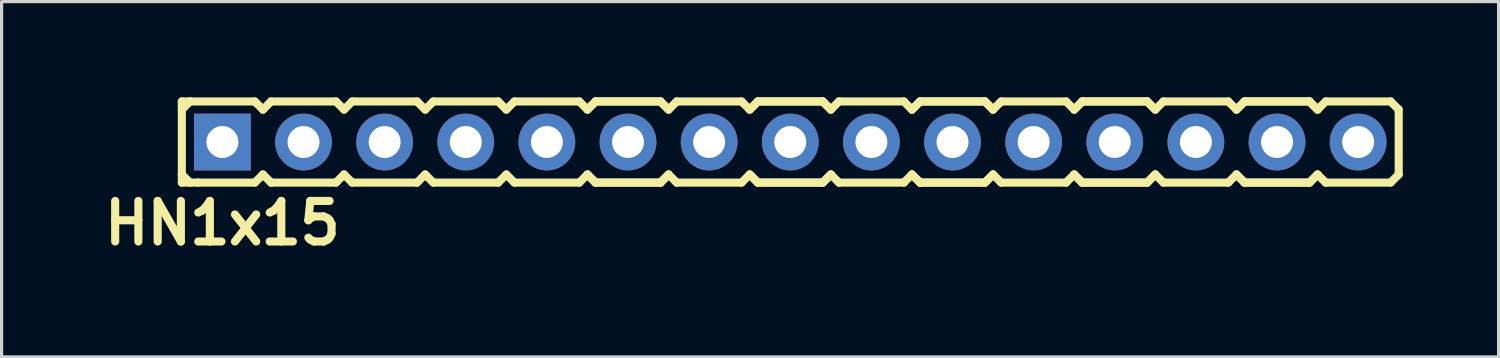
<source format=kicad_pcb>
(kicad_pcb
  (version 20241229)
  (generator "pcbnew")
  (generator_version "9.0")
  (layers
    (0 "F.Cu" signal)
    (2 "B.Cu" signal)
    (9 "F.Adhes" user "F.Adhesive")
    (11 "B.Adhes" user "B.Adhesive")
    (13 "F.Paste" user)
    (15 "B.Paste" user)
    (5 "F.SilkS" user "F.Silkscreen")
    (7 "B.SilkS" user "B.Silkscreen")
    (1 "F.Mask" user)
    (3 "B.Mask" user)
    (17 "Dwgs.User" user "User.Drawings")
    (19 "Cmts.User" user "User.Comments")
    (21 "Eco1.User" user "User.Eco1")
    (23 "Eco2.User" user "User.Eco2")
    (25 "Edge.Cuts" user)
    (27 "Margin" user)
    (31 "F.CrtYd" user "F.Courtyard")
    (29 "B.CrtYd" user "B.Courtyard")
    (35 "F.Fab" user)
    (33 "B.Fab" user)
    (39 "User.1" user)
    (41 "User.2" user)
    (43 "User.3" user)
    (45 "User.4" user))
  (footprint "HN1x15"
    (layer "F.Cu")
    (at 21.693 1.397)
    (property "Reference" "HN1x15" (at -17.78 2.54 0) (layer "F.SilkS") (effects (font (size 1.27 1.27) (thickness 0.254))))
    (attr through_hole)
    (fp_line (start -19.05 -1.27) (end -19.05 1.27) (stroke (width 0.254) (type solid)) (layer "F.SilkS"))
    (fp_line (start -19.05 -1.27) (end -18.796 -1.27) (stroke (width 0.254) (type solid)) (layer "F.SilkS"))
    (fp_line (start -19.05 -1.016) (end -18.796 -1.27) (stroke (width 0.254) (type solid)) (layer "F.SilkS"))
    (fp_line (start -18.796 -1.27) (end -16.764 -1.27) (stroke (width 0.254) (type solid)) (layer "F.SilkS"))
    (fp_line (start -18.796 1.27) (end -19.05 1.016) (stroke (width 0.254) (type solid)) (layer "F.SilkS"))
    (fp_line (start -18.542 1.27) (end -19.05 1.27) (stroke (width 0.254) (type solid)) (layer "F.SilkS"))
    (fp_line (start -16.764 -1.27) (end -16.51 -1.016) (stroke (width 0.254) (type solid)) (layer "F.SilkS"))
    (fp_line (start -16.764 1.27) (end -18.542 1.27) (stroke (width 0.254) (type solid)) (layer "F.SilkS"))
    (fp_line (start -16.51 -1.016) (end -16.256 -1.27) (stroke (width 0.254) (type solid)) (layer "F.SilkS"))
    (fp_line (start -16.51 1.016) (end -16.764 1.27) (stroke (width 0.254) (type solid)) (layer "F.SilkS"))
    (fp_line (start -16.256 -1.27) (end -14.224 -1.27) (stroke (width 0.254) (type solid)) (layer "F.SilkS"))
    (fp_line (start -16.256 1.27) (end -16.51 1.016) (stroke (width 0.254) (type solid)) (layer "F.SilkS"))
    (fp_line (start -14.224 -1.27) (end -13.97 -1.016) (stroke (width 0.254) (type solid)) (layer "F.SilkS"))
    (fp_line (start -14.224 1.27) (end -16.256 1.27) (stroke (width 0.254) (type solid)) (layer "F.SilkS"))
    (fp_line (start -14.224 1.27) (end -13.97 1.016) (stroke (width 0.254) (type solid)) (layer "F.SilkS"))
    (fp_line (start -13.97 -1.016) (end -13.716 -1.27) (stroke (width 0.254) (type solid)) (layer "F.SilkS"))
    (fp_line (start -13.97 1.016) (end -13.716 1.27) (stroke (width 0.254) (type solid)) (layer "F.SilkS"))
    (fp_line (start -13.716 -1.27) (end -11.684 -1.27) (stroke (width 0.254) (type solid)) (layer "F.SilkS"))
    (fp_line (start -11.684 -1.27) (end -11.43 -1.016) (stroke (width 0.254) (type solid)) (layer "F.SilkS"))
    (fp_line (start -11.684 1.27) (end -13.716 1.27) (stroke (width 0.254) (type solid)) (layer "F.SilkS"))
    (fp_line (start -11.43 -1.016) (end -11.176 -1.27) (stroke (width 0.254) (type solid)) (layer "F.SilkS"))
    (fp_line (start -11.43 1.016) (end -11.684 1.27) (stroke (width 0.254) (type solid)) (layer "F.SilkS"))
    (fp_line (start -11.176 -1.27) (end -9.144 -1.27) (stroke (width 0.254) (type solid)) (layer "F.SilkS"))
    (fp_line (start -11.176 1.27) (end -11.43 1.016) (stroke (width 0.254) (type solid)) (layer "F.SilkS"))
    (fp_line (start -9.144 -1.27) (end -8.89 -1.016) (stroke (width 0.254) (type solid)) (layer "F.SilkS"))
    (fp_line (start -9.144 1.27) (end -11.176 1.27) (stroke (width 0.254) (type solid)) (layer "F.SilkS"))
    (fp_line (start -8.89 -1.016) (end -8.636 -1.27) (stroke (width 0.254) (type solid)) (layer "F.SilkS"))
    (fp_line (start -8.89 1.016) (end -9.144 1.27) (stroke (width 0.254) (type solid)) (layer "F.SilkS"))
    (fp_line (start -8.636 -1.27) (end -6.604 -1.27) (stroke (width 0.254) (type solid)) (layer "F.SilkS"))
    (fp_line (start -8.636 1.27) (end -8.89 1.016) (stroke (width 0.254) (type solid)) (layer "F.SilkS"))
    (fp_line (start -6.604 -1.27) (end -6.35 -1.016) (stroke (width 0.254) (type solid)) (layer "F.SilkS"))
    (fp_line (start -6.604 1.27) (end -8.636 1.27) (stroke (width 0.254) (type solid)) (layer "F.SilkS"))
    (fp_line (start -6.35 -1.016) (end -6.096 -1.27) (stroke (width 0.254) (type solid)) (layer "F.SilkS"))
    (fp_line (start -6.35 -1.016) (end -6.096 -1.27) (stroke (width 0.254) (type solid)) (layer "F.SilkS"))
    (fp_line (start -6.35 1.016) (end -6.604 1.27) (stroke (width 0.254) (type solid)) (layer "F.SilkS"))
    (fp_line (start -6.096 -1.27) (end -4.064 -1.27) (stroke (width 0.254) (type solid)) (layer "F.SilkS"))
    (fp_line (start -6.096 -1.27) (end -4.064 -1.27) (stroke (width 0.254) (type solid)) (layer "F.SilkS"))
    (fp_line (start -6.096 1.27) (end -6.35 1.016) (stroke (width 0.254) (type solid)) (layer "F.SilkS"))
    (fp_line (start -6.096 1.27) (end -6.35 1.016) (stroke (width 0.254) (type solid)) (layer "F.SilkS"))
    (fp_line (start -4.064 -1.27) (end -3.81 -1.016) (stroke (width 0.254) (type solid)) (layer "F.SilkS"))
    (fp_line (start -4.064 -1.27) (end -3.81 -1.016) (stroke (width 0.254) (type solid)) (layer "F.SilkS"))
    (fp_line (start -4.064 1.27) (end -6.096 1.27) (stroke (width 0.254) (type solid)) (layer "F.SilkS"))
    (fp_line (start -4.064 1.27) (end -6.096 1.27) (stroke (width 0.254) (type solid)) (layer "F.SilkS"))
    (fp_line (start -3.81 -1.016) (end -3.556 -1.27) (stroke (width 0.254) (type solid)) (layer "F.SilkS"))
    (fp_line (start -3.81 1.016) (end -4.064 1.27) (stroke (width 0.254) (type solid)) (layer "F.SilkS"))
    (fp_line (start -3.81 1.016) (end -4.064 1.27) (stroke (width 0.254) (type solid)) (layer "F.SilkS"))
    (fp_line (start -3.556 -1.27) (end -1.524 -1.27) (stroke (width 0.254) (type solid)) (layer "F.SilkS"))
    (fp_line (start -3.556 1.27) (end -3.81 1.016) (stroke (width 0.254) (type solid)) (layer "F.SilkS"))
    (fp_line (start -1.524 -1.27) (end -1.27 -1.016) (stroke (width 0.254) (type solid)) (layer "F.SilkS"))
    (fp_line (start -1.524 1.27) (end -3.556 1.27) (stroke (width 0.254) (type solid)) (layer "F.SilkS"))
    (fp_line (start -1.27 -1.016) (end -1.016 -1.27) (stroke (width 0.254) (type solid)) (layer "F.SilkS"))
    (fp_line (start -1.27 -1.016) (end -1.016 -1.27) (stroke (width 0.254) (type solid)) (layer "F.SilkS"))
    (fp_line (start -1.27 1.016) (end -1.524 1.27) (stroke (width 0.254) (type solid)) (layer "F.SilkS"))
    (fp_line (start -1.016 -1.27) (end 1.016 -1.27) (stroke (width 0.254) (type solid)) (layer "F.SilkS"))
    (fp_line (start -1.016 -1.27) (end 1.016 -1.27) (stroke (width 0.254) (type solid)) (layer "F.SilkS"))
    (fp_line (start -1.016 1.27) (end -1.27 1.016) (stroke (width 0.254) (type solid)) (layer "F.SilkS"))
    (fp_line (start -1.016 1.27) (end -1.27 1.016) (stroke (width 0.254) (type solid)) (layer "F.SilkS"))
    (fp_line (start 1.016 -1.27) (end 1.27 -1.016) (stroke (width 0.254) (type solid)) (layer "F.SilkS"))
    (fp_line (start 1.016 -1.27) (end 1.27 -1.016) (stroke (width 0.254) (type solid)) (layer "F.SilkS"))
    (fp_line (start 1.016 1.27) (end -1.016 1.27) (stroke (width 0.254) (type solid)) (layer "F.SilkS"))
    (fp_line (start 1.016 1.27) (end -1.016 1.27) (stroke (width 0.254) (type solid)) (layer "F.SilkS"))
    (fp_line (start 1.27 -1.016) (end 1.524 -1.27) (stroke (width 0.254) (type solid)) (layer "F.SilkS"))
    (fp_line (start 1.27 1.016) (end 1.016 1.27) (stroke (width 0.254) (type solid)) (layer "F.SilkS"))
    (fp_line (start 1.27 1.016) (end 1.016 1.27) (stroke (width 0.254) (type solid)) (layer "F.SilkS"))
    (fp_line (start 1.524 -1.27) (end 3.556 -1.27) (stroke (width 0.254) (type solid)) (layer "F.SilkS"))
    (fp_line (start 1.524 1.27) (end 1.27 1.016) (stroke (width 0.254) (type solid)) (layer "F.SilkS"))
    (fp_line (start 3.556 -1.27) (end 3.81 -1.016) (stroke (width 0.254) (type solid)) (layer "F.SilkS"))
    (fp_line (start 3.556 1.27) (end 1.524 1.27) (stroke (width 0.254) (type solid)) (layer "F.SilkS"))
    (fp_line (start 3.81 -1.016) (end 4.064 -1.27) (stroke (width 0.254) (type solid)) (layer "F.SilkS"))
    (fp_line (start 3.81 -1.016) (end 4.064 -1.27) (stroke (width 0.254) (type solid)) (layer "F.SilkS"))
    (fp_line (start 3.81 1.016) (end 3.556 1.27) (stroke (width 0.254) (type solid)) (layer "F.SilkS"))
    (fp_line (start 4.064 -1.27) (end 6.096 -1.27) (stroke (width 0.254) (type solid)) (layer "F.SilkS"))
    (fp_line (start 4.064 -1.27) (end 6.096 -1.27) (stroke (width 0.254) (type solid)) (layer "F.SilkS"))
    (fp_line (start 4.064 1.27) (end 3.81 1.016) (stroke (width 0.254) (type solid)) (layer "F.SilkS"))
    (fp_line (start 4.064 1.27) (end 3.81 1.016) (stroke (width 0.254) (type solid)) (layer "F.SilkS"))
    (fp_line (start 6.096 -1.27) (end 6.35 -1.016) (stroke (width 0.254) (type solid)) (layer "F.SilkS"))
    (fp_line (start 6.096 -1.27) (end 6.35 -1.016) (stroke (width 0.254) (type solid)) (layer "F.SilkS"))
    (fp_line (start 6.096 1.27) (end 4.064 1.27) (stroke (width 0.254) (type solid)) (layer "F.SilkS"))
    (fp_line (start 6.096 1.27) (end 4.064 1.27) (stroke (width 0.254) (type solid)) (layer "F.SilkS"))
    (fp_line (start 6.35 -1.016) (end 6.604 -1.27) (stroke (width 0.254) (type solid)) (layer "F.SilkS"))
    (fp_line (start 6.35 1.016) (end 6.096 1.27) (stroke (width 0.254) (type solid)) (layer "F.SilkS"))
    (fp_line (start 6.35 1.016) (end 6.096 1.27) (stroke (width 0.254) (type solid)) (layer "F.SilkS"))
    (fp_line (start 6.604 -1.27) (end 8.636 -1.27) (stroke (width 0.254) (type solid)) (layer "F.SilkS"))
    (fp_line (start 6.604 1.27) (end 6.35 1.016) (stroke (width 0.254) (type solid)) (layer "F.SilkS"))
    (fp_line (start 8.636 -1.27) (end 8.89 -1.016) (stroke (width 0.254) (type solid)) (layer "F.SilkS"))
    (fp_line (start 8.636 1.27) (end 6.604 1.27) (stroke (width 0.254) (type solid)) (layer "F.SilkS"))
    (fp_line (start 8.89 -1.016) (end 9.144 -1.27) (stroke (width 0.254) (type solid)) (layer "F.SilkS"))
    (fp_line (start 8.89 -1.016) (end 9.144 -1.27) (stroke (width 0.254) (type solid)) (layer "F.SilkS"))
    (fp_line (start 8.89 1.016) (end 8.636 1.27) (stroke (width 0.254) (type solid)) (layer "F.SilkS"))
    (fp_line (start 9.144 -1.27) (end 11.176 -1.27) (stroke (width 0.254) (type solid)) (layer "F.SilkS"))
    (fp_line (start 9.144 -1.27) (end 11.176 -1.27) (stroke (width 0.254) (type solid)) (layer "F.SilkS"))
    (fp_line (start 9.144 1.27) (end 8.89 1.016) (stroke (width 0.254) (type solid)) (layer "F.SilkS"))
    (fp_line (start 9.144 1.27) (end 8.89 1.016) (stroke (width 0.254) (type solid)) (layer "F.SilkS"))
    (fp_line (start 11.176 -1.27) (end 11.43 -1.016) (stroke (width 0.254) (type solid)) (layer "F.SilkS"))
    (fp_line (start 11.176 -1.27) (end 11.43 -1.016) (stroke (width 0.254) (type solid)) (layer "F.SilkS"))
    (fp_line (start 11.176 1.27) (end 9.144 1.27) (stroke (width 0.254) (type solid)) (layer "F.SilkS"))
    (fp_line (start 11.176 1.27) (end 9.144 1.27) (stroke (width 0.254) (type solid)) (layer "F.SilkS"))
    (fp_line (start 11.43 -1.016) (end 11.684 -1.27) (stroke (width 0.254) (type solid)) (layer "F.SilkS"))
    (fp_line (start 11.43 1.016) (end 11.176 1.27) (stroke (width 0.254) (type solid)) (layer "F.SilkS"))
    (fp_line (start 11.43 1.016) (end 11.176 1.27) (stroke (width 0.254) (type solid)) (layer "F.SilkS"))
    (fp_line (start 11.684 -1.27) (end 13.716 -1.27) (stroke (width 0.254) (type solid)) (layer "F.SilkS"))
    (fp_line (start 11.684 1.27) (end 11.43 1.016) (stroke (width 0.254) (type solid)) (layer "F.SilkS"))
    (fp_line (start 13.716 -1.27) (end 13.97 -1.016) (stroke (width 0.254) (type solid)) (layer "F.SilkS"))
    (fp_line (start 13.716 1.27) (end 11.684 1.27) (stroke (width 0.254) (type solid)) (layer "F.SilkS"))
    (fp_line (start 13.97 -1.016) (end 14.224 -1.27) (stroke (width 0.254) (type solid)) (layer "F.SilkS"))
    (fp_line (start 13.97 -1.016) (end 14.224 -1.27) (stroke (width 0.254) (type solid)) (layer "F.SilkS"))
    (fp_line (start 13.97 1.016) (end 13.716 1.27) (stroke (width 0.254) (type solid)) (layer "F.SilkS"))
    (fp_line (start 14.224 -1.27) (end 16.256 -1.27) (stroke (width 0.254) (type solid)) (layer "F.SilkS"))
    (fp_line (start 14.224 -1.27) (end 16.256 -1.27) (stroke (width 0.254) (type solid)) (layer "F.SilkS"))
    (fp_line (start 14.224 1.27) (end 13.97 1.016) (stroke (width 0.254) (type solid)) (layer "F.SilkS"))
    (fp_line (start 14.224 1.27) (end 13.97 1.016) (stroke (width 0.254) (type solid)) (layer "F.SilkS"))
    (fp_line (start 16.256 -1.27) (end 16.51 -1.016) (stroke (width 0.254) (type solid)) (layer "F.SilkS"))
    (fp_line (start 16.256 -1.27) (end 16.51 -1.016) (stroke (width 0.254) (type solid)) (layer "F.SilkS"))
    (fp_line (start 16.256 1.27) (end 14.224 1.27) (stroke (width 0.254) (type solid)) (layer "F.SilkS"))
    (fp_line (start 16.256 1.27) (end 14.224 1.27) (stroke (width 0.254) (type solid)) (layer "F.SilkS"))
    (fp_line (start 16.51 -1.016) (end 16.764 -1.27) (stroke (width 0.254) (type solid)) (layer "F.SilkS"))
    (fp_line (start 16.51 1.016) (end 16.256 1.27) (stroke (width 0.254) (type solid)) (layer "F.SilkS"))
    (fp_line (start 16.51 1.016) (end 16.256 1.27) (stroke (width 0.254) (type solid)) (layer "F.SilkS"))
    (fp_line (start 16.764 -1.27) (end 18.796 -1.27) (stroke (width 0.254) (type solid)) (layer "F.SilkS"))
    (fp_line (start 16.764 1.27) (end 16.51 1.016) (stroke (width 0.254) (type solid)) (layer "F.SilkS"))
    (fp_line (start 18.796 -1.27) (end 19.05 -1.016) (stroke (width 0.254) (type solid)) (layer "F.SilkS"))
    (fp_line (start 18.796 1.27) (end 16.764 1.27) (stroke (width 0.254) (type solid)) (layer "F.SilkS"))
    (fp_line (start 19.05 -1.016) (end 19.05 1.016) (stroke (width 0.254) (type solid)) (layer "F.SilkS"))
    (fp_line (start 19.05 1.016) (end 18.796 1.27) (stroke (width 0.254) (type solid)) (layer "F.SilkS"))
    (pad "1" thru_hole rect (at -17.78 0) (size 1.778 1.778) (drill 1) (layers "*.Cu" "*.Mask"))
    (pad "2" thru_hole circle (at -15.24 0) (size 1.778 1.778) (drill 1) (layers "*.Cu" "*.Mask"))
    (pad "3" thru_hole circle (at -12.7 0) (size 1.778 1.778) (drill 1) (layers "*.Cu" "*.Mask"))
    (pad "4" thru_hole circle (at -10.16 0) (size 1.778 1.778) (drill 1) (layers "*.Cu" "*.Mask"))
    (pad "5" thru_hole circle (at -7.62 0) (size 1.778 1.778) (drill 1) (layers "*.Cu" "*.Mask"))
    (pad "6" thru_hole circle (at -5.08 0) (size 1.778 1.778) (drill 1) (layers "*.Cu" "*.Mask"))
    (pad "7" thru_hole circle (at -2.54 0) (size 1.778 1.778) (drill 1) (layers "*.Cu" "*.Mask"))
    (pad "8" thru_hole circle (at 0 0) (size 1.778 1.778) (drill 1) (layers "*.Cu" "*.Mask"))
    (pad "9" thru_hole circle (at 2.54 0) (size 1.778 1.778) (drill 1) (layers "*.Cu" "*.Mask"))
    (pad "10" thru_hole circle (at 5.08 0) (size 1.778 1.778) (drill 1) (layers "*.Cu" "*.Mask"))
    (pad "11" thru_hole circle (at 7.62 0) (size 1.778 1.778) (drill 1) (layers "*.Cu" "*.Mask"))
    (pad "12" thru_hole circle (at 10.16 0) (size 1.778 1.778) (drill 1) (layers "*.Cu" "*.Mask"))
    (pad "13" thru_hole circle (at 12.7 0) (size 1.778 1.778) (drill 1) (layers "*.Cu" "*.Mask"))
    (pad "14" thru_hole circle (at 15.24 0) (size 1.778 1.778) (drill 1) (layers "*.Cu" "*.Mask"))
    (pad "15" thru_hole circle (at 17.78 0) (size 1.778 1.778) (drill 1) (layers "*.Cu" "*.Mask")))
  (gr_rect
    (start -3 -3)
    (end 43.87 8.126)
    (stroke (width 0.1) (type default))
    (fill no)
    (layer "Edge.Cuts")))
</source>
